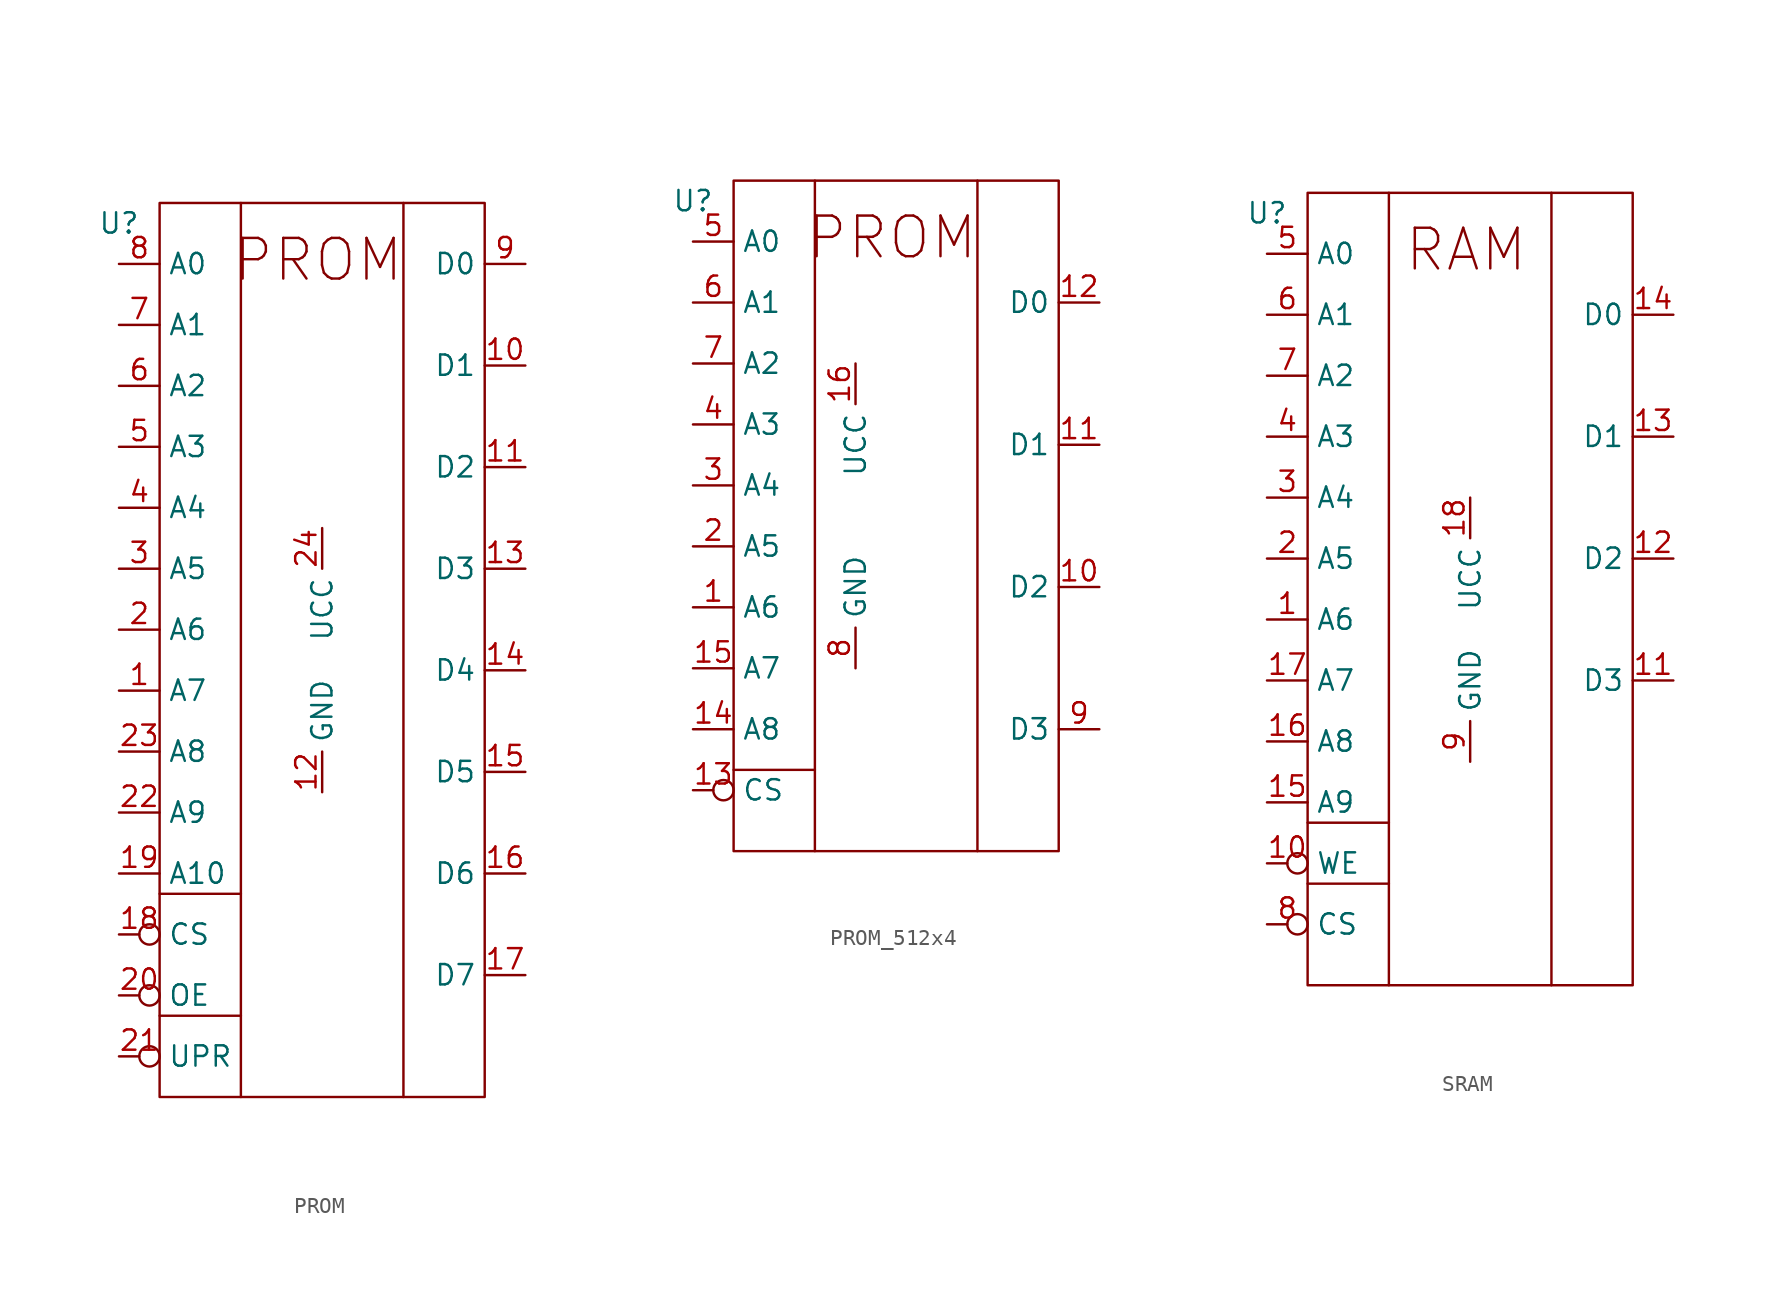
<source format=kicad_sym>
(kicad_symbol_lib
  (version 20231120)
  (generator "kicad_symbol_editor")
  (generator_version "8.0")
  (symbol "PROM"
    (property "Reference" "U"
      (at 0 2.54 0)
      (effects (font (size 1.27 1.27))))
    (property "Value" ""
      (at 2.54 6.35 0)
      (effects (font (size 1.27 1.27))))
    (symbol "PROM_0_1"
      (polyline (pts (xy 2.54 -46.99) (xy 7.62 -46.99)) (stroke (width 0) (type default)) (fill (type none)))
      (polyline (pts (xy 2.54 -39.37) (xy 7.62 -39.37)) (stroke (width 0) (type default)) (fill (type none)))
      (polyline (pts (xy 7.62 3.81) (xy 7.62 -52.07)) (stroke (width 0) (type default)) (fill (type none)))
      (polyline (pts (xy 17.78 3.81) (xy 17.78 -52.07)) (stroke (width 0) (type default)) (fill (type none)))
      (rectangle (start 2.54 3.81) (end 22.86 -52.07) (stroke (width 0) (type default)) (fill (type none))))
    (symbol "PROM_1_1"
      (text "PROM" (at 12.446 0.254 0) (effects (font (size 2.54 2.54))))
      (pin input line (at 0 -26.67 0) (length 2.54) (name "A7" (effects (font (size 1.27 1.27)))) (number "1" (effects (font (size 1.27 1.27)))))
      (pin bidirectional line (at 25.4 -6.35 180) (length 2.54) (name "D1" (effects (font (size 1.27 1.27)))) (number "10" (effects (font (size 1.27 1.27)))))
      (pin bidirectional line (at 25.4 -12.7 180) (length 2.54) (name "D2" (effects (font (size 1.27 1.27)))) (number "11" (effects (font (size 1.27 1.27)))))
      (pin power_in line (at 12.7 -33.02 90) (length 2.54) (name "GND" (effects (font (size 1.27 1.27)))) (number "12" (effects (font (size 1.27 1.27)))))
      (pin bidirectional line (at 25.4 -19.05 180) (length 2.54) (name "D3" (effects (font (size 1.27 1.27)))) (number "13" (effects (font (size 1.27 1.27)))))
      (pin bidirectional line (at 25.4 -25.4 180) (length 2.54) (name "D4" (effects (font (size 1.27 1.27)))) (number "14" (effects (font (size 1.27 1.27)))))
      (pin bidirectional line (at 25.4 -31.75 180) (length 2.54) (name "D5" (effects (font (size 1.27 1.27)))) (number "15" (effects (font (size 1.27 1.27)))))
      (pin bidirectional line (at 25.4 -38.1 180) (length 2.54) (name "D6" (effects (font (size 1.27 1.27)))) (number "16" (effects (font (size 1.27 1.27)))))
      (pin bidirectional line (at 25.4 -44.45 180) (length 2.54) (name "D7" (effects (font (size 1.27 1.27)))) (number "17" (effects (font (size 1.27 1.27)))))
      (pin input inverted (at 0 -41.91 0) (length 2.54) (name "CS" (effects (font (size 1.27 1.27)))) (number "18" (effects (font (size 1.27 1.27)))))
      (pin input line (at 0 -38.1 0) (length 2.54) (name "A10" (effects (font (size 1.27 1.27)))) (number "19" (effects (font (size 1.27 1.27)))))
      (pin input line (at 0 -22.86 0) (length 2.54) (name "A6" (effects (font (size 1.27 1.27)))) (number "2" (effects (font (size 1.27 1.27)))))
      (pin input inverted (at 0 -45.72 0) (length 2.54) (name "OE" (effects (font (size 1.27 1.27)))) (number "20" (effects (font (size 1.27 1.27)))))
      (pin input inverted (at 0 -49.53 0) (length 2.54) (name "UPR" (effects (font (size 1.27 1.27)))) (number "21" (effects (font (size 1.27 1.27)))))
      (pin input line (at 0 -34.29 0) (length 2.54) (name "A9" (effects (font (size 1.27 1.27)))) (number "22" (effects (font (size 1.27 1.27)))))
      (pin input line (at 0 -30.48 0) (length 2.54) (name "A8" (effects (font (size 1.27 1.27)))) (number "23" (effects (font (size 1.27 1.27)))))
      (pin power_in line (at 12.7 -16.51 270) (length 2.54) (name "UCC" (effects (font (size 1.27 1.27)))) (number "24" (effects (font (size 1.27 1.27)))))
      (pin input line (at 0 -19.05 0) (length 2.54) (name "A5" (effects (font (size 1.27 1.27)))) (number "3" (effects (font (size 1.27 1.27)))))
      (pin input line (at 0 -15.24 0) (length 2.54) (name "A4" (effects (font (size 1.27 1.27)))) (number "4" (effects (font (size 1.27 1.27)))))
      (pin input line (at 0 -11.43 0) (length 2.54) (name "A3" (effects (font (size 1.27 1.27)))) (number "5" (effects (font (size 1.27 1.27)))))
      (pin input line (at 0 -7.62 0) (length 2.54) (name "A2" (effects (font (size 1.27 1.27)))) (number "6" (effects (font (size 1.27 1.27)))))
      (pin input line (at 0 -3.81 0) (length 2.54) (name "A1" (effects (font (size 1.27 1.27)))) (number "7" (effects (font (size 1.27 1.27)))))
      (pin input line (at 0 0 0) (length 2.54) (name "A0" (effects (font (size 1.27 1.27)))) (number "8" (effects (font (size 1.27 1.27)))))
      (pin bidirectional line (at 25.4 0 180) (length 2.54) (name "D0" (effects (font (size 1.27 1.27)))) (number "9" (effects (font (size 1.27 1.27)))))))
  (symbol "PROM_512x4"
    (property "Reference" "U"
      (at 0 2.54 0)
      (effects (font (size 1.27 1.27))))
    (property "Value" ""
      (at 2.54 6.35 0)
      (effects (font (size 1.27 1.27))))
    (symbol "PROM_512x4_0_1"
      (polyline (pts (xy 2.54 -33.02) (xy 7.62 -33.02)) (stroke (width 0) (type default)) (fill (type none)))
      (polyline (pts (xy 7.62 3.81) (xy 7.62 -38.1)) (stroke (width 0) (type default)) (fill (type none)))
      (polyline (pts (xy 17.78 3.81) (xy 17.78 -38.1)) (stroke (width 0) (type default)) (fill (type none)))
      (rectangle (start 2.54 3.81) (end 22.86 -38.1) (stroke (width 0) (type default)) (fill (type none))))
    (symbol "PROM_512x4_1_1"
      (text "PROM" (at 12.446 0.254 0) (effects (font (size 2.54 2.54))))
      (pin input line (at 0 -22.86 0) (length 2.54) (name "A6" (effects (font (size 1.27 1.27)))) (number "1" (effects (font (size 1.27 1.27)))))
      (pin bidirectional line (at 25.4 -21.59 180) (length 2.54) (name "D2" (effects (font (size 1.27 1.27)))) (number "10" (effects (font (size 1.27 1.27)))))
      (pin bidirectional line (at 25.4 -12.7 180) (length 2.54) (name "D1" (effects (font (size 1.27 1.27)))) (number "11" (effects (font (size 1.27 1.27)))))
      (pin bidirectional line (at 25.4 -3.81 180) (length 2.54) (name "D0" (effects (font (size 1.27 1.27)))) (number "12" (effects (font (size 1.27 1.27)))))
      (pin input inverted (at 0 -34.29 0) (length 2.54) (name "CS" (effects (font (size 1.27 1.27)))) (number "13" (effects (font (size 1.27 1.27)))))
      (pin input line (at 0 -30.48 0) (length 2.54) (name "A8" (effects (font (size 1.27 1.27)))) (number "14" (effects (font (size 1.27 1.27)))))
      (pin input line (at 0 -26.67 0) (length 2.54) (name "A7" (effects (font (size 1.27 1.27)))) (number "15" (effects (font (size 1.27 1.27)))))
      (pin power_in line (at 10.16 -7.62 270) (length 2.54) (name "UCC" (effects (font (size 1.27 1.27)))) (number "16" (effects (font (size 1.27 1.27)))))
      (pin input line (at 0 -19.05 0) (length 2.54) (name "A5" (effects (font (size 1.27 1.27)))) (number "2" (effects (font (size 1.27 1.27)))))
      (pin input line (at 0 -15.24 0) (length 2.54) (name "A4" (effects (font (size 1.27 1.27)))) (number "3" (effects (font (size 1.27 1.27)))))
      (pin input line (at 0 -11.43 0) (length 2.54) (name "A3" (effects (font (size 1.27 1.27)))) (number "4" (effects (font (size 1.27 1.27)))))
      (pin input line (at 0 0 0) (length 2.54) (name "A0" (effects (font (size 1.27 1.27)))) (number "5" (effects (font (size 1.27 1.27)))))
      (pin input line (at 0 -3.81 0) (length 2.54) (name "A1" (effects (font (size 1.27 1.27)))) (number "6" (effects (font (size 1.27 1.27)))))
      (pin input line (at 0 -7.62 0) (length 2.54) (name "A2" (effects (font (size 1.27 1.27)))) (number "7" (effects (font (size 1.27 1.27)))))
      (pin power_in line (at 10.16 -26.67 90) (length 2.54) (name "GND" (effects (font (size 1.27 1.27)))) (number "8" (effects (font (size 1.27 1.27)))))
      (pin bidirectional line (at 25.4 -30.48 180) (length 2.54) (name "D3" (effects (font (size 1.27 1.27)))) (number "9" (effects (font (size 1.27 1.27)))))))
  (symbol "SRAM"
    (property "Reference" "U"
      (at 0 2.54 0)
      (effects (font (size 1.27 1.27))))
    (property "Value" ""
      (at 2.54 6.35 0)
      (effects (font (size 1.27 1.27))))
    (symbol "SRAM_0_1"
      (polyline (pts (xy 2.54 -39.37) (xy 7.62 -39.37)) (stroke (width 0) (type default)) (fill (type none)))
      (polyline (pts (xy 2.54 -35.56) (xy 7.62 -35.56)) (stroke (width 0) (type default)) (fill (type none)))
      (polyline (pts (xy 7.62 3.81) (xy 7.62 -45.72)) (stroke (width 0) (type default)) (fill (type none)))
      (polyline (pts (xy 17.78 3.81) (xy 17.78 -45.72)) (stroke (width 0) (type default)) (fill (type none)))
      (rectangle (start 2.54 3.81) (end 22.86 -45.72) (stroke (width 0) (type default)) (fill (type none))))
    (symbol "SRAM_1_1"
      (text "RAM" (at 12.446 0.254 0) (effects (font (size 2.54 2.54))))
      (pin input line (at 0 -22.86 0) (length 2.54) (name "A6" (effects (font (size 1.27 1.27)))) (number "1" (effects (font (size 1.27 1.27)))))
      (pin input inverted (at 0 -38.1 0) (length 2.54) (name "WE" (effects (font (size 1.27 1.27)))) (number "10" (effects (font (size 1.27 1.27)))))
      (pin bidirectional line (at 25.4 -26.67 180) (length 2.54) (name "D3" (effects (font (size 1.27 1.27)))) (number "11" (effects (font (size 1.27 1.27)))))
      (pin bidirectional line (at 25.4 -19.05 180) (length 2.54) (name "D2" (effects (font (size 1.27 1.27)))) (number "12" (effects (font (size 1.27 1.27)))))
      (pin bidirectional line (at 25.4 -11.43 180) (length 2.54) (name "D1" (effects (font (size 1.27 1.27)))) (number "13" (effects (font (size 1.27 1.27)))))
      (pin bidirectional line (at 25.4 -3.81 180) (length 2.54) (name "D0" (effects (font (size 1.27 1.27)))) (number "14" (effects (font (size 1.27 1.27)))))
      (pin input line (at 0 -34.29 0) (length 2.54) (name "A9" (effects (font (size 1.27 1.27)))) (number "15" (effects (font (size 1.27 1.27)))))
      (pin input line (at 0 -30.48 0) (length 2.54) (name "A8" (effects (font (size 1.27 1.27)))) (number "16" (effects (font (size 1.27 1.27)))))
      (pin input line (at 0 -26.67 0) (length 2.54) (name "A7" (effects (font (size 1.27 1.27)))) (number "17" (effects (font (size 1.27 1.27)))))
      (pin power_in line (at 12.7 -15.24 270) (length 2.54) (name "UCC" (effects (font (size 1.27 1.27)))) (number "18" (effects (font (size 1.27 1.27)))))
      (pin input line (at 0 -19.05 0) (length 2.54) (name "A5" (effects (font (size 1.27 1.27)))) (number "2" (effects (font (size 1.27 1.27)))))
      (pin input line (at 0 -15.24 0) (length 2.54) (name "A4" (effects (font (size 1.27 1.27)))) (number "3" (effects (font (size 1.27 1.27)))))
      (pin input line (at 0 -11.43 0) (length 2.54) (name "A3" (effects (font (size 1.27 1.27)))) (number "4" (effects (font (size 1.27 1.27)))))
      (pin input line (at 0 0 0) (length 2.54) (name "A0" (effects (font (size 1.27 1.27)))) (number "5" (effects (font (size 1.27 1.27)))))
      (pin input line (at 0 -3.81 0) (length 2.54) (name "A1" (effects (font (size 1.27 1.27)))) (number "6" (effects (font (size 1.27 1.27)))))
      (pin input line (at 0 -7.62 0) (length 2.54) (name "A2" (effects (font (size 1.27 1.27)))) (number "7" (effects (font (size 1.27 1.27)))))
      (pin input inverted (at 0 -41.91 0) (length 2.54) (name "CS" (effects (font (size 1.27 1.27)))) (number "8" (effects (font (size 1.27 1.27)))))
      (pin power_in line (at 12.7 -31.75 90) (length 2.54) (name "GND" (effects (font (size 1.27 1.27)))) (number "9" (effects (font (size 1.27 1.27))))))))
</source>
